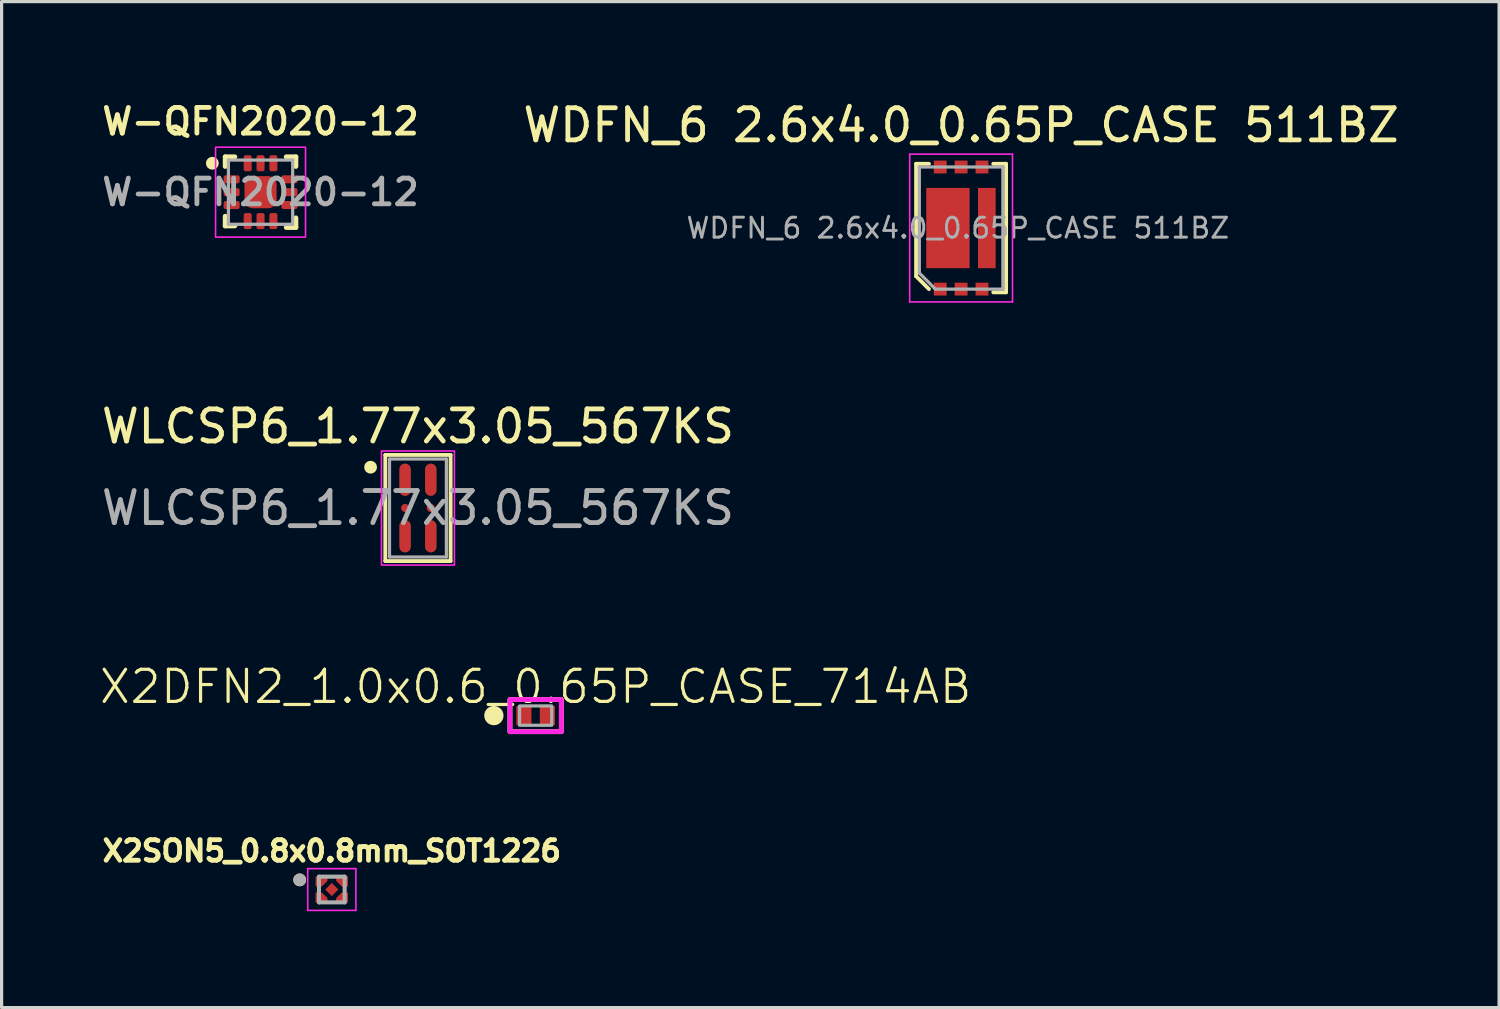
<source format=kicad_pcb>
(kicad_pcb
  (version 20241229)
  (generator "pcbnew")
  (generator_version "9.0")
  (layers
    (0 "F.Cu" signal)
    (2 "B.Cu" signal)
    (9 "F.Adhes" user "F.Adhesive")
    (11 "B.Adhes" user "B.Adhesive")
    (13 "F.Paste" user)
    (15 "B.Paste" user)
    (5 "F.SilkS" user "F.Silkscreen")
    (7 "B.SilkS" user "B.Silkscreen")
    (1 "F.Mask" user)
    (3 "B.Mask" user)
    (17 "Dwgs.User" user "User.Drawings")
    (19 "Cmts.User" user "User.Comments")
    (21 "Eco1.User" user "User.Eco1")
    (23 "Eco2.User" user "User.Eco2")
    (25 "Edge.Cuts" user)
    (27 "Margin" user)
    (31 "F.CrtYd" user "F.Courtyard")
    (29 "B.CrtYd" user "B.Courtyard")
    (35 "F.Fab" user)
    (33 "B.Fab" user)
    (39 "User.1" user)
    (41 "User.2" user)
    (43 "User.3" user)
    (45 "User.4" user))
  (footprint "X2SON5_0.8x0.8mm_SOT1226"
    (layer "F.Cu")
    (at 7.277 24.635)
    (property "Reference" "X2SON5_0.8x0.8mm_SOT1226" (at 0 -1.2 0) (layer "F.SilkS") (effects (font (size 0.64 0.64) (thickness 0.15))))
    (attr smd)
    (fp_poly (pts (xy -0.198 0) (xy 0 0.198) (xy 0.198 0) (xy 0 -0.198)) (stroke (width 0.01) (type solid)) (fill yes) (layer "F.Mask"))
    (fp_poly (pts (xy -0.5 -0.1) (xy -0.31 -0.1) (xy -0.14 -0.27) (xy -0.14 -0.4) (xy -0.5 -0.4)) (stroke (width 0.01) (type solid)) (fill yes) (layer "F.Mask"))
    (fp_poly (pts (xy -0.5 0.4) (xy -0.14 0.4) (xy -0.14 0.27) (xy -0.31 0.1) (xy -0.5 0.1)) (stroke (width 0.01) (type solid)) (fill yes) (layer "F.Mask"))
    (fp_poly (pts (xy 0.5 -0.4) (xy 0.5 -0.1) (xy 0.31 -0.1) (xy 0.14 -0.27) (xy 0.14 -0.4)) (stroke (width 0.01) (type solid)) (fill yes) (layer "F.Mask"))
    (fp_poly (pts (xy 0.5 0.1) (xy 0.5 0.4) (xy 0.14 0.4) (xy 0.14 0.27) (xy 0.31 0.1)) (stroke (width 0.01) (type solid)) (fill yes) (layer "F.Mask"))
    (fp_circle (center -1 -0.3) (end -0.9 -0.3) (stroke (width 0.2) (type solid)) (fill no) (layer "F.SilkS"))
    (fp_poly (pts (xy -0.198 0) (xy 0 0.198) (xy 0.198 0) (xy 0 -0.198)) (stroke (width 0.01) (type solid)) (fill yes) (layer "F.Paste"))
    (fp_poly (pts (xy -0.16 -0.264) (xy -0.304 -0.12) (xy -0.48 -0.12) (xy -0.48 -0.38) (xy -0.16 -0.38)) (stroke (width 0.01) (type solid)) (fill yes) (layer "F.Paste"))
    (fp_poly (pts (xy -0.16 0.264) (xy -0.16 0.38) (xy -0.48 0.38) (xy -0.48 0.12) (xy -0.304 0.12)) (stroke (width 0.01) (type solid)) (fill yes) (layer "F.Paste"))
    (fp_poly (pts (xy 0.304 -0.12) (xy 0.48 -0.12) (xy 0.48 -0.38) (xy 0.16 -0.38) (xy 0.16 -0.264)) (stroke (width 0.01) (type solid)) (fill yes) (layer "F.Paste"))
    (fp_poly (pts (xy 0.48 0.12) (xy 0.48 0.38) (xy 0.16 0.38) (xy 0.16 0.264) (xy 0.304 0.12)) (stroke (width 0.01) (type solid)) (fill yes) (layer "F.Paste"))
    (fp_line (start -0.75 -0.65) (end 0.75 -0.65) (stroke (width 0.05) (type solid)) (layer "F.CrtYd"))
    (fp_line (start -0.75 0.65) (end -0.75 -0.65) (stroke (width 0.05) (type solid)) (layer "F.CrtYd"))
    (fp_line (start 0.75 -0.65) (end 0.75 0.65) (stroke (width 0.05) (type solid)) (layer "F.CrtYd"))
    (fp_line (start 0.75 0.65) (end -0.75 0.65) (stroke (width 0.05) (type solid)) (layer "F.CrtYd"))
    (fp_line (start -0.4 -0.4) (end 0.4 -0.4) (stroke (width 0.127) (type solid)) (layer "F.Fab"))
    (fp_line (start -0.4 0.4) (end -0.4 -0.4) (stroke (width 0.127) (type solid)) (layer "F.Fab"))
    (fp_line (start 0.4 -0.4) (end 0.4 0.4) (stroke (width 0.127) (type solid)) (layer "F.Fab"))
    (fp_line (start 0.4 0.4) (end -0.4 0.4) (stroke (width 0.127) (type solid)) (layer "F.Fab"))
    (fp_circle (center -1 -0.3) (end -0.9 -0.3) (stroke (width 0.2) (type solid)) (fill no) (layer "F.Fab"))
    (pad "1" smd custom (at -0.32 -0.25) (size 0.1 0.1) (layers "F.Cu") (options (anchor rect)) (primitives (gr_poly (pts (xy -0.18 0.15) (xy 0.01 0.15) (xy 0.18 -0.02) (xy 0.18 -0.15) (xy -0.18 -0.15)) (width 0.01) (fill yes))))
    (pad "2" smd custom (at -0.32 0.25) (size 0.1 0.1) (layers "F.Cu") (options (anchor rect)) (primitives (gr_poly (pts (xy -0.18 0.15) (xy 0.18 0.15) (xy 0.18 0.02) (xy 0.01 -0.15) (xy -0.18 -0.15)) (width 0.01) (fill yes))))
    (pad "3" smd custom (at 0 0) (size 0.1 0.1) (layers "F.Cu") (options (anchor rect)) (primitives (gr_poly (pts (xy -0.198 0) (xy 0 0.198) (xy 0.198 0) (xy 0 -0.198)) (width 0.01) (fill yes))))
    (pad "4" smd custom (at 0.32 0.25) (size 0.1 0.1) (layers "F.Cu") (options (anchor rect)) (primitives (gr_poly (pts (xy 0.18 -0.15) (xy 0.18 0.15) (xy -0.18 0.15) (xy -0.18 0.02) (xy -0.01 -0.15)) (width 0.01) (fill yes))))
    (pad "5" smd custom (at 0.32 -0.25) (size 0.1 0.1) (layers "F.Cu") (options (anchor rect)) (primitives (gr_poly (pts (xy 0.18 -0.15) (xy 0.18 0.15) (xy -0.01 0.15) (xy -0.18 -0.02) (xy -0.18 -0.15)) (width 0.01) (fill yes)))))
  (footprint "W-QFN2020-12"
    (layer "F.Cu")
    (at 5.059 2.931)
    (property "Reference" "W-QFN2020-12" (at 0 -2.2 0) (layer "F.SilkS") (effects (font (size 0.8 0.8) (thickness 0.15))))
    (attr smd)
    (fp_line (start -1.1 -1.1) (end -0.8 -1.1) (stroke (width 0.15) (type default)) (layer "F.SilkS"))
    (fp_line (start -1.1 -0.8) (end -1.1 -1.1) (stroke (width 0.15) (type default)) (layer "F.SilkS"))
    (fp_line (start -1.1 1.05) (end -1.1 0.75) (stroke (width 0.15) (type default)) (layer "F.SilkS"))
    (fp_line (start -0.8 1.05) (end -1.1 1.05) (stroke (width 0.15) (type default)) (layer "F.SilkS"))
    (fp_line (start 0.8 -1.1) (end 1.1 -1.1) (stroke (width 0.15) (type default)) (layer "F.SilkS"))
    (fp_line (start 1.1 -1.1) (end 1.1 -0.8) (stroke (width 0.15) (type default)) (layer "F.SilkS"))
    (fp_line (start 1.1 0.8) (end 1.1 1.1) (stroke (width 0.15) (type default)) (layer "F.SilkS"))
    (fp_line (start 1.1 1.1) (end 0.8 1.1) (stroke (width 0.15) (type default)) (layer "F.SilkS"))
    (fp_circle (center -1.5 -0.9) (end -1.5 -0.8) (stroke (width 0.2) (type solid)) (fill no) (layer "F.SilkS"))
    (fp_rect (start -1.4 -1.4) (end 1.4 1.4) (stroke (width 0.05) (type default)) (fill no) (layer "F.CrtYd"))
    (fp_line (start -1 -1) (end 1 -1) (stroke (width 0.1) (type solid)) (layer "F.Fab"))
    (fp_line (start -1 1) (end -1 -1) (stroke (width 0.1) (type solid)) (layer "F.Fab"))
    (fp_line (start 1 -1) (end 1 1) (stroke (width 0.1) (type solid)) (layer "F.Fab"))
    (fp_line (start 1 1) (end -1 1) (stroke (width 0.1) (type solid)) (layer "F.Fab"))
    (fp_text user "${REFERENCE}" (at 0 0 0) (layer "F.Fab") (effects (font (size 0.8 0.8) (thickness 0.15))))
    (pad "1" smd roundrect (at -0.9 -0.4 90) (size 0.25 0.5) (layers "F.Cu" "F.Mask" "F.Paste") (roundrect_rratio 0.25))
    (pad "2" smd roundrect (at -0.9 0 90) (size 0.25 0.5) (layers "F.Cu" "F.Mask" "F.Paste") (roundrect_rratio 0.25))
    (pad "3" smd roundrect (at -0.9 0.4 90) (size 0.25 0.5) (layers "F.Cu" "F.Mask" "F.Paste") (roundrect_rratio 0.25))
    (pad "4" smd roundrect (at -0.4 0.9 180) (size 0.25 0.5) (layers "F.Cu" "F.Mask" "F.Paste") (roundrect_rratio 0.25))
    (pad "5" smd roundrect (at 0 0.9 180) (size 0.25 0.5) (layers "F.Cu" "F.Mask" "F.Paste") (roundrect_rratio 0.25))
    (pad "6" smd roundrect (at 0.4 0.9 180) (size 0.25 0.5) (layers "F.Cu" "F.Mask" "F.Paste") (roundrect_rratio 0.25))
    (pad "7" smd roundrect (at 0.9 0.4 90) (size 0.25 0.5) (layers "F.Cu" "F.Mask" "F.Paste") (roundrect_rratio 0.25))
    (pad "8" smd roundrect (at 0.9 0 90) (size 0.25 0.5) (layers "F.Cu" "F.Mask" "F.Paste") (roundrect_rratio 0.25))
    (pad "9" smd roundrect (at 0.9 -0.4 90) (size 0.25 0.5) (layers "F.Cu" "F.Mask" "F.Paste") (roundrect_rratio 0.25))
    (pad "10" smd roundrect (at 0.4 -0.9 180) (size 0.25 0.5) (layers "F.Cu" "F.Mask" "F.Paste") (roundrect_rratio 0.25))
    (pad "11" smd roundrect (at 0 -0.9 180) (size 0.25 0.5) (layers "F.Cu" "F.Mask" "F.Paste") (roundrect_rratio 0.25))
    (pad "12" smd roundrect (at -0.4 -0.9 180) (size 0.25 0.5) (layers "F.Cu" "F.Mask" "F.Paste") (roundrect_rratio 0.25))
    (pad "13" smd roundrect (at 0 0 90) (size 1 1) (layers "F.Cu" "F.Mask" "F.Paste") (roundrect_rratio 0.25)))
  (footprint "X2DFN2_1.0x0.6_0.65P_CASE_714AB"
    (layer "F.Cu")
    (at 13.621 19.222)
    (property "Reference" "X2DFN2_1.0x0.6_0.65P_CASE_714AB" (at 0 -0.9 0) (unlocked yes) (layer "F.SilkS") (effects (font (size 1 1) (thickness 0.1))))
    (attr smd)
    (fp_rect (start -0.8 -0.5) (end 0.8 0.5) (stroke (width 0.15) (type default)) (fill no) (layer "F.SilkS"))
    (fp_circle (center -1.3 0) (end -1.15 0) (stroke (width 0.3) (type default)) (fill no) (layer "F.SilkS"))
    (fp_rect (start -0.8 -0.5) (end 0.8 0.5) (stroke (width 0.15) (type default)) (fill no) (layer "F.CrtYd"))
    (fp_rect (start -0.5 -0.3) (end 0.5 0.3) (stroke (width 0.1) (type default)) (fill no) (layer "F.Fab"))
    (pad "1" smd roundrect (at -0.365 0) (size 0.47 0.6) (layers "F.Cu" "F.Mask") (roundrect_rratio 0.05))
    (pad "2" smd roundrect (at 0.365 0) (size 0.47 0.6) (layers "F.Cu" "F.Mask") (roundrect_rratio 0.05)))
  (footprint "WDFN_6 2.6x4.0_0.65P_CASE 511BZ"
    (layer "F.Cu")
    (at 26.863 4.048)
    (property "Reference" "WDFN_6 2.6x4.0_0.65P_CASE 511BZ" (at 0 -3.2 0) (layer "F.SilkS") (effects (font (size 1 1) (thickness 0.15))))
    (attr smd)
    (fp_line (start -1.4 -2) (end -1 -2) (stroke (width 0.12) (type solid)) (layer "F.SilkS"))
    (fp_line (start -1.4 1.5) (end -1.4 -2) (stroke (width 0.12) (type solid)) (layer "F.SilkS"))
    (fp_line (start -1.4 1.5) (end -1 1.9) (stroke (width 0.12) (type solid)) (layer "F.SilkS"))
    (fp_line (start 1.4 -2) (end 1 -2) (stroke (width 0.12) (type solid)) (layer "F.SilkS"))
    (fp_line (start 1.4 2) (end 1 2) (stroke (width 0.12) (type solid)) (layer "F.SilkS"))
    (fp_line (start 1.4 2) (end 1.4 -2) (stroke (width 0.12) (type solid)) (layer "F.SilkS"))
    (fp_line (start -1.6 -2.3) (end -1.6 2.3) (stroke (width 0.05) (type solid)) (layer "F.CrtYd"))
    (fp_line (start -1.6 2.3) (end 1.6 2.3) (stroke (width 0.05) (type solid)) (layer "F.CrtYd"))
    (fp_line (start 1.6 -2.3) (end -1.6 -2.3) (stroke (width 0.05) (type solid)) (layer "F.CrtYd"))
    (fp_line (start 1.6 2.3) (end 1.6 -2.3) (stroke (width 0.05) (type solid)) (layer "F.CrtYd"))
    (fp_line (start -1.3 -1.9) (end 1.3 -1.9) (stroke (width 0.1) (type solid)) (layer "F.Fab"))
    (fp_line (start -1.3 1.4) (end -1.3 -1.9) (stroke (width 0.1) (type solid)) (layer "F.Fab"))
    (fp_line (start -0.8 1.9) (end -1.3 1.4) (stroke (width 0.1) (type solid)) (layer "F.Fab"))
    (fp_line (start 1.3 -1.9) (end 1.3 1.9) (stroke (width 0.1) (type solid)) (layer "F.Fab"))
    (fp_line (start 1.3 1.9) (end -0.8 1.9) (stroke (width 0.1) (type solid)) (layer "F.Fab"))
    (fp_text user "${REFERENCE}" (at -0.1 0 0) (layer "F.Fab") (effects (font (size 0.62 0.62) (thickness 0.09))))
    (pad "1" smd rect (at -0.65 1.9 90) (size 0.4 0.4) (layers "F.Cu" "F.Mask" "F.Paste"))
    (pad "2" smd rect (at 0 1.9 90) (size 0.4 0.4) (layers "F.Cu" "F.Mask" "F.Paste"))
    (pad "3" smd rect (at 0.65 1.9 90) (size 0.4 0.4) (layers "F.Cu" "F.Mask" "F.Paste"))
    (pad "4" smd rect (at 0.65 -1.9 90) (size 0.4 0.4) (layers "F.Cu" "F.Mask" "F.Paste"))
    (pad "5" smd rect (at 0 -1.9 90) (size 0.4 0.4) (layers "F.Cu" "F.Mask" "F.Paste"))
    (pad "6" smd rect (at -0.65 -1.9 90) (size 0.4 0.4) (layers "F.Cu" "F.Mask" "F.Paste"))
    (pad "7" smd rect (at -0.41 0 180) (size 1.35 2.5) (layers "F.Cu" "F.Mask" "F.Paste"))
    (pad "8" smd rect (at 0.8 0 180) (size 0.55 2.5) (layers "F.Cu" "F.Mask" "F.Paste")))
  (footprint "WLCSP6_1.77x3.05_567KS"
    (layer "F.Cu")
    (at 9.958 12.761)
    (property "Reference" "WLCSP6_1.77x3.05_567KS" (at 0 -2.54 0) (layer "F.SilkS") (effects (font (size 1 1) (thickness 0.15))))
    (attr smd)
    (fp_line (start -1.016 -1.651) (end -1.016 1.651) (stroke (width 0.12) (type default)) (layer "F.SilkS"))
    (fp_line (start -1.016 1.651) (end 1.016 1.651) (stroke (width 0.12) (type default)) (layer "F.SilkS"))
    (fp_line (start 1.016 -1.651) (end -1.016 -1.651) (stroke (width 0.12) (type default)) (layer "F.SilkS"))
    (fp_line (start 1.016 1.651) (end 1.016 -1.651) (stroke (width 0.12) (type default)) (layer "F.SilkS"))
    (fp_circle (center -1.474 -1.27) (end -1.374 -1.27) (stroke (width 0.2) (type default)) (fill no) (layer "F.SilkS"))
    (fp_rect (start 1.135 -1.775) (end -1.135 1.775) (stroke (width 0.05) (type default)) (fill no) (layer "F.CrtYd"))
    (fp_line (start -0.885 -1.525) (end -0.885 1.525) (stroke (width 0.1) (type solid)) (layer "F.Fab"))
    (fp_line (start -0.885 1.525) (end 0.885 1.525) (stroke (width 0.1) (type solid)) (layer "F.Fab"))
    (fp_line (start 0.885 -1.525) (end -0.885 -1.525) (stroke (width 0.1) (type solid)) (layer "F.Fab"))
    (fp_line (start 0.885 1.525) (end 0.885 -1.525) (stroke (width 0.1) (type solid)) (layer "F.Fab"))
    (fp_text user "${REFERENCE}" (at 0 0 0) (layer "F.Fab") (effects (font (size 1 1) (thickness 0.15))))
    (pad "1" smd oval (at -0.4 -0.88) (size 0.36 1.005) (layers "F.Cu" "F.Mask" "F.Paste"))
    (pad "2" smd circle (at -0.4 0) (size 0.25 0.25) (layers "F.Cu" "F.Mask" "F.Paste"))
    (pad "3" smd oval (at -0.4 0.88) (size 0.36 1.005) (layers "F.Cu" "F.Mask" "F.Paste"))
    (pad "4" smd oval (at 0.4 0.88) (size 0.36 1.005) (layers "F.Cu" "F.Mask" "F.Paste"))
    (pad "5" smd circle (at 0.4 0) (size 0.25 0.25) (layers "F.Cu" "F.Mask" "F.Paste"))
    (pad "6" smd oval (at 0.4 -0.88) (size 0.36 1.005) (layers "F.Cu" "F.Mask" "F.Paste")))
  (gr_rect
    (start -3 -3)
    (end 43.607 28.31)
    (stroke (width 0.1) (type default))
    (fill no)
    (layer "Edge.Cuts")))
</source>
